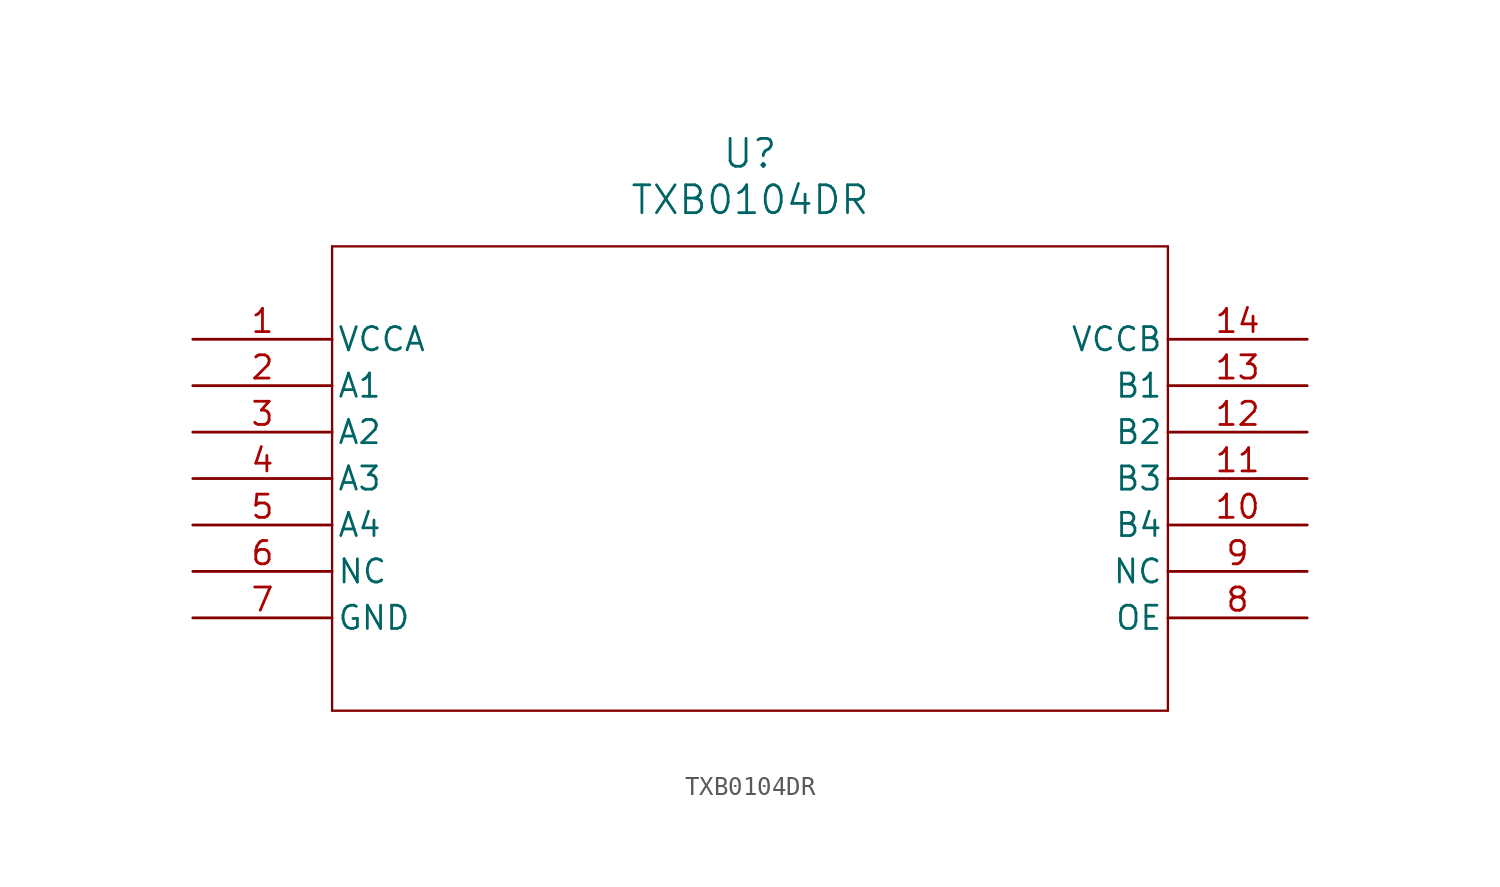
<source format=kicad_sym>
(kicad_symbol_lib
  (version 20211014)
  (generator kicad_symbol_editor)
  (symbol "TXB0104DR"
    (pin_names
      (offset 0.254))
    (property "Reference" "U"
      (at 30.48 10.16 0)
      (effects (font (size 1.524 1.524))))
    (property "Value" "TXB0104DR"
      (at 30.48 7.62 0)
      (effects (font (size 1.524 1.524))))
    (symbol "TXB0104DR_0_1"
      (polyline (pts (xy 7.62 5.08) (xy 7.62 -20.32)) (stroke (width 0.127) (type default) (color 0 0 0 0)) (fill (type none)))
      (polyline (pts (xy 7.62 -20.32) (xy 53.34 -20.32)) (stroke (width 0.127) (type default) (color 0 0 0 0)) (fill (type none)))
      (polyline (pts (xy 53.34 -20.32) (xy 53.34 5.08)) (stroke (width 0.127) (type default) (color 0 0 0 0)) (fill (type none)))
      (polyline (pts (xy 53.34 5.08) (xy 7.62 5.08)) (stroke (width 0.127) (type default) (color 0 0 0 0)) (fill (type none)))
      (pin power_in line (at 0 0 0) (length 7.62) (name "VCCA" (effects (font (size 1.27 1.27)))) (number "1" (effects (font (size 1.27 1.27)))))
      (pin bidirectional line (at 0 -2.54 0) (length 7.62) (name "A1" (effects (font (size 1.27 1.27)))) (number "2" (effects (font (size 1.27 1.27)))))
      (pin bidirectional line (at 0 -5.08 0) (length 7.62) (name "A2" (effects (font (size 1.27 1.27)))) (number "3" (effects (font (size 1.27 1.27)))))
      (pin bidirectional line (at 0 -7.62 0) (length 7.62) (name "A3" (effects (font (size 1.27 1.27)))) (number "4" (effects (font (size 1.27 1.27)))))
      (pin bidirectional line (at 0 -10.16 0) (length 7.62) (name "A4" (effects (font (size 1.27 1.27)))) (number "5" (effects (font (size 1.27 1.27)))))
      (pin unspecified line (at 0 -12.7 0) (length 7.62) (name "NC" (effects (font (size 1.27 1.27)))) (number "6" (effects (font (size 1.27 1.27)))))
      (pin power_in line (at 0 -15.24 0) (length 7.62) (name "GND" (effects (font (size 1.27 1.27)))) (number "7" (effects (font (size 1.27 1.27)))))
      (pin output line (at 60.96 -15.24 180) (length 7.62) (name "OE" (effects (font (size 1.27 1.27)))) (number "8" (effects (font (size 1.27 1.27)))))
      (pin unspecified line (at 60.96 -12.7 180) (length 7.62) (name "NC" (effects (font (size 1.27 1.27)))) (number "9" (effects (font (size 1.27 1.27)))))
      (pin bidirectional line (at 60.96 -10.16 180) (length 7.62) (name "B4" (effects (font (size 1.27 1.27)))) (number "10" (effects (font (size 1.27 1.27)))))
      (pin bidirectional line (at 60.96 -7.62 180) (length 7.62) (name "B3" (effects (font (size 1.27 1.27)))) (number "11" (effects (font (size 1.27 1.27)))))
      (pin bidirectional line (at 60.96 -5.08 180) (length 7.62) (name "B2" (effects (font (size 1.27 1.27)))) (number "12" (effects (font (size 1.27 1.27)))))
      (pin bidirectional line (at 60.96 -2.54 180) (length 7.62) (name "B1" (effects (font (size 1.27 1.27)))) (number "13" (effects (font (size 1.27 1.27)))))
      (pin power_in line (at 60.96 0 180) (length 7.62) (name "VCCB" (effects (font (size 1.27 1.27)))) (number "14" (effects (font (size 1.27 1.27))))))))
</source>
